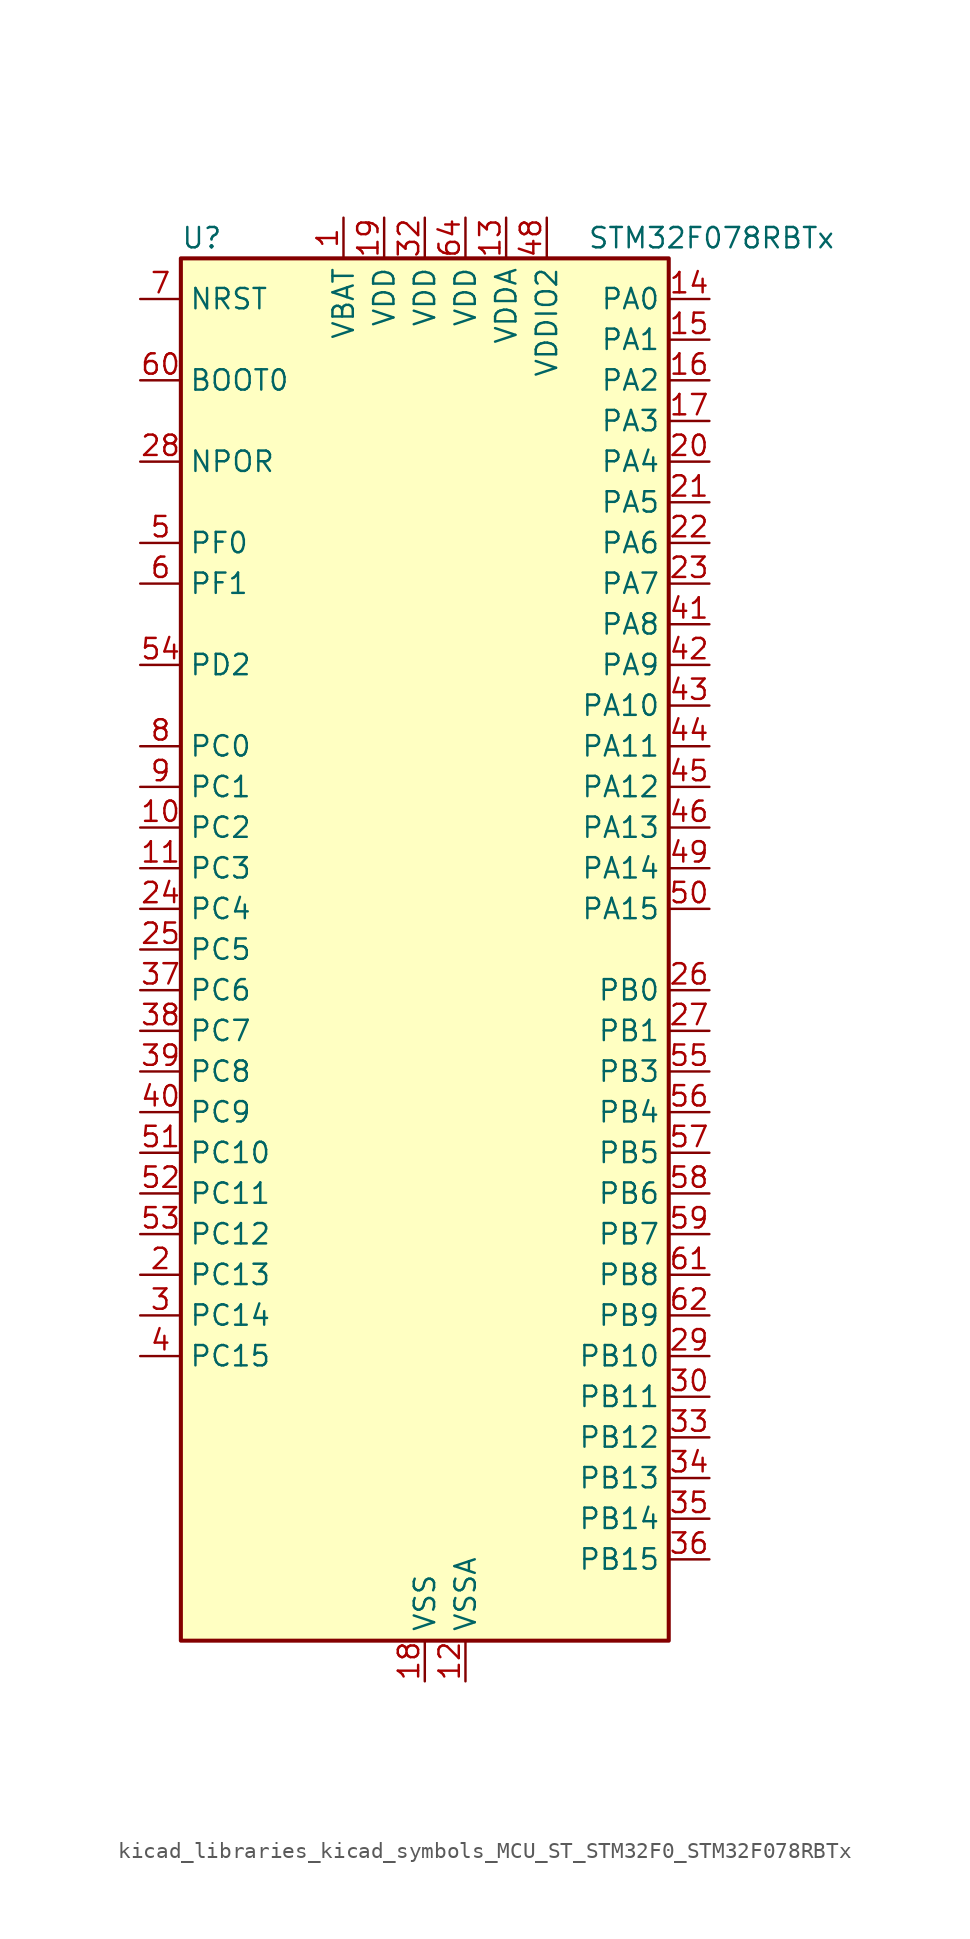
<source format=kicad_sym>
(kicad_symbol_lib
  (version 20220914)
  (generator kicad_symbol_editor)
  (symbol "kicad_libraries_kicad_symbols_MCU_ST_STM32F0_STM32F078RBTx"
    (property "Reference" "U"
      (at -15.24 44.45 0)
      (effects (font (size 1.27 1.27)) (justify left)))
    (property "Value" "STM32F078RBTx"
      (at 10.16 44.45 0)
      (effects (font (size 1.27 1.27)) (justify left)))
    (property "ki_locked" ""
      (at 0 0 0)
      (effects (font (size 1.27 1.27))))
    (symbol "kicad_libraries_kicad_symbols_MCU_ST_STM32F0_STM32F078RBTx_0_1"
      (rectangle (start -15.24 -43.18) (end 15.24 43.18) (stroke (width 0.254) (type default)) (fill (type background))))
    (symbol "kicad_libraries_kicad_symbols_MCU_ST_STM32F0_STM32F078RBTx_1_1"
      (pin power_in line (at -5.08 45.72 270) (length 2.54) (name "VBAT" (effects (font (size 1.27 1.27)))) (number "1" (effects (font (size 1.27 1.27)))))
      (pin bidirectional line (at -17.78 7.62 0) (length 2.54) (name "PC2" (effects (font (size 1.27 1.27)))) (number "10" (effects (font (size 1.27 1.27)))) (alternate "ADC_IN12" bidirectional line) (alternate "I2S2_MCK" bidirectional line) (alternate "SPI2_MISO" bidirectional line))
      (pin bidirectional line (at -17.78 5.08 0) (length 2.54) (name "PC3" (effects (font (size 1.27 1.27)))) (number "11" (effects (font (size 1.27 1.27)))) (alternate "ADC_IN13" bidirectional line) (alternate "I2S2_SD" bidirectional line) (alternate "SPI2_MOSI" bidirectional line))
      (pin power_in line (at 2.54 -45.72 90) (length 2.54) (name "VSSA" (effects (font (size 1.27 1.27)))) (number "12" (effects (font (size 1.27 1.27)))))
      (pin power_in line (at 5.08 45.72 270) (length 2.54) (name "VDDA" (effects (font (size 1.27 1.27)))) (number "13" (effects (font (size 1.27 1.27)))))
      (pin bidirectional line (at 17.78 40.64 180) (length 2.54) (name "PA0" (effects (font (size 1.27 1.27)))) (number "14" (effects (font (size 1.27 1.27)))) (alternate "ADC_IN0" bidirectional line) (alternate "COMP1_INM" bidirectional line) (alternate "COMP1_OUT" bidirectional line) (alternate "RTC_TAMP2" bidirectional line) (alternate "SYS_WKUP1" bidirectional line) (alternate "TIM2_CH1" bidirectional line) (alternate "TIM2_ETR" bidirectional line) (alternate "TSC_G1_IO1" bidirectional line) (alternate "USART2_CTS" bidirectional line) (alternate "USART4_TX" bidirectional line))
      (pin bidirectional line (at 17.78 38.1 180) (length 2.54) (name "PA1" (effects (font (size 1.27 1.27)))) (number "15" (effects (font (size 1.27 1.27)))) (alternate "ADC_IN1" bidirectional line) (alternate "COMP1_INP" bidirectional line) (alternate "TIM15_CH1N" bidirectional line) (alternate "TIM2_CH2" bidirectional line) (alternate "TSC_G1_IO2" bidirectional line) (alternate "USART2_DE" bidirectional line) (alternate "USART2_RTS" bidirectional line) (alternate "USART4_RX" bidirectional line))
      (pin bidirectional line (at 17.78 35.56 180) (length 2.54) (name "PA2" (effects (font (size 1.27 1.27)))) (number "16" (effects (font (size 1.27 1.27)))) (alternate "ADC_IN2" bidirectional line) (alternate "COMP2_INM" bidirectional line) (alternate "COMP2_OUT" bidirectional line) (alternate "SYS_WKUP4" bidirectional line) (alternate "TIM15_CH1" bidirectional line) (alternate "TIM2_CH3" bidirectional line) (alternate "TSC_G1_IO3" bidirectional line) (alternate "USART2_TX" bidirectional line))
      (pin bidirectional line (at 17.78 33.02 180) (length 2.54) (name "PA3" (effects (font (size 1.27 1.27)))) (number "17" (effects (font (size 1.27 1.27)))) (alternate "ADC_IN3" bidirectional line) (alternate "COMP2_INP" bidirectional line) (alternate "TIM15_CH2" bidirectional line) (alternate "TIM2_CH4" bidirectional line) (alternate "TSC_G1_IO4" bidirectional line) (alternate "USART2_RX" bidirectional line))
      (pin power_in line (at 0 -45.72 90) (length 2.54) (name "VSS" (effects (font (size 1.27 1.27)))) (number "18" (effects (font (size 1.27 1.27)))))
      (pin power_in line (at -2.54 45.72 270) (length 2.54) (name "VDD" (effects (font (size 1.27 1.27)))) (number "19" (effects (font (size 1.27 1.27)))))
      (pin bidirectional line (at -17.78 -20.32 0) (length 2.54) (name "PC13" (effects (font (size 1.27 1.27)))) (number "2" (effects (font (size 1.27 1.27)))) (alternate "RTC_OUT_ALARM" bidirectional line) (alternate "RTC_OUT_CALIB" bidirectional line) (alternate "RTC_TAMP1" bidirectional line) (alternate "RTC_TS" bidirectional line) (alternate "SYS_WKUP2" bidirectional line))
      (pin bidirectional line (at 17.78 30.48 180) (length 2.54) (name "PA4" (effects (font (size 1.27 1.27)))) (number "20" (effects (font (size 1.27 1.27)))) (alternate "ADC_IN4" bidirectional line) (alternate "COMP1_INM" bidirectional line) (alternate "COMP2_INM" bidirectional line) (alternate "DAC_OUT1" bidirectional line) (alternate "I2S1_WS" bidirectional line) (alternate "SPI1_NSS" bidirectional line) (alternate "TIM14_CH1" bidirectional line) (alternate "TSC_G2_IO1" bidirectional line) (alternate "USART2_CK" bidirectional line))
      (pin bidirectional line (at 17.78 27.94 180) (length 2.54) (name "PA5" (effects (font (size 1.27 1.27)))) (number "21" (effects (font (size 1.27 1.27)))) (alternate "ADC_IN5" bidirectional line) (alternate "CEC" bidirectional line) (alternate "COMP1_INM" bidirectional line) (alternate "COMP2_INM" bidirectional line) (alternate "DAC_OUT2" bidirectional line) (alternate "I2S1_CK" bidirectional line) (alternate "SPI1_SCK" bidirectional line) (alternate "TIM2_CH1" bidirectional line) (alternate "TIM2_ETR" bidirectional line) (alternate "TSC_G2_IO2" bidirectional line))
      (pin bidirectional line (at 17.78 25.4 180) (length 2.54) (name "PA6" (effects (font (size 1.27 1.27)))) (number "22" (effects (font (size 1.27 1.27)))) (alternate "ADC_IN6" bidirectional line) (alternate "COMP1_OUT" bidirectional line) (alternate "I2S1_MCK" bidirectional line) (alternate "SPI1_MISO" bidirectional line) (alternate "TIM16_CH1" bidirectional line) (alternate "TIM1_BKIN" bidirectional line) (alternate "TIM3_CH1" bidirectional line) (alternate "TSC_G2_IO3" bidirectional line) (alternate "USART3_CTS" bidirectional line))
      (pin bidirectional line (at 17.78 22.86 180) (length 2.54) (name "PA7" (effects (font (size 1.27 1.27)))) (number "23" (effects (font (size 1.27 1.27)))) (alternate "ADC_IN7" bidirectional line) (alternate "COMP2_OUT" bidirectional line) (alternate "I2S1_SD" bidirectional line) (alternate "SPI1_MOSI" bidirectional line) (alternate "TIM14_CH1" bidirectional line) (alternate "TIM17_CH1" bidirectional line) (alternate "TIM1_CH1N" bidirectional line) (alternate "TIM3_CH2" bidirectional line) (alternate "TSC_G2_IO4" bidirectional line))
      (pin bidirectional line (at -17.78 2.54 0) (length 2.54) (name "PC4" (effects (font (size 1.27 1.27)))) (number "24" (effects (font (size 1.27 1.27)))) (alternate "ADC_IN14" bidirectional line) (alternate "USART3_TX" bidirectional line))
      (pin bidirectional line (at -17.78 0 0) (length 2.54) (name "PC5" (effects (font (size 1.27 1.27)))) (number "25" (effects (font (size 1.27 1.27)))) (alternate "ADC_IN15" bidirectional line) (alternate "SYS_WKUP5" bidirectional line) (alternate "TSC_G3_IO1" bidirectional line) (alternate "USART3_RX" bidirectional line))
      (pin bidirectional line (at 17.78 -2.54 180) (length 2.54) (name "PB0" (effects (font (size 1.27 1.27)))) (number "26" (effects (font (size 1.27 1.27)))) (alternate "ADC_IN8" bidirectional line) (alternate "TIM1_CH2N" bidirectional line) (alternate "TIM3_CH3" bidirectional line) (alternate "TSC_G3_IO2" bidirectional line) (alternate "USART3_CK" bidirectional line))
      (pin bidirectional line (at 17.78 -5.08 180) (length 2.54) (name "PB1" (effects (font (size 1.27 1.27)))) (number "27" (effects (font (size 1.27 1.27)))) (alternate "ADC_IN9" bidirectional line) (alternate "TIM14_CH1" bidirectional line) (alternate "TIM1_CH3N" bidirectional line) (alternate "TIM3_CH4" bidirectional line) (alternate "TSC_G3_IO3" bidirectional line) (alternate "USART3_DE" bidirectional line) (alternate "USART3_RTS" bidirectional line))
      (pin input line (at -17.78 30.48 0) (length 2.54) (name "NPOR" (effects (font (size 1.27 1.27)))) (number "28" (effects (font (size 1.27 1.27)))))
      (pin bidirectional line (at 17.78 -25.4 180) (length 2.54) (name "PB10" (effects (font (size 1.27 1.27)))) (number "29" (effects (font (size 1.27 1.27)))) (alternate "CEC" bidirectional line) (alternate "I2C2_SCL" bidirectional line) (alternate "I2S2_CK" bidirectional line) (alternate "SPI2_SCK" bidirectional line) (alternate "TIM2_CH3" bidirectional line) (alternate "TSC_SYNC" bidirectional line) (alternate "USART3_TX" bidirectional line))
      (pin bidirectional line (at -17.78 -22.86 0) (length 2.54) (name "PC14" (effects (font (size 1.27 1.27)))) (number "3" (effects (font (size 1.27 1.27)))) (alternate "RCC_OSC32_IN" bidirectional line))
      (pin bidirectional line (at 17.78 -27.94 180) (length 2.54) (name "PB11" (effects (font (size 1.27 1.27)))) (number "30" (effects (font (size 1.27 1.27)))) (alternate "I2C2_SDA" bidirectional line) (alternate "TIM2_CH4" bidirectional line) (alternate "TSC_G6_IO1" bidirectional line) (alternate "USART3_RX" bidirectional line))
      (pin passive line (at 0 -45.72 90) (length 2.54) hide (name "VSS" (effects (font (size 1.27 1.27)))) (number "31" (effects (font (size 1.27 1.27)))))
      (pin power_in line (at 0 45.72 270) (length 2.54) (name "VDD" (effects (font (size 1.27 1.27)))) (number "32" (effects (font (size 1.27 1.27)))))
      (pin bidirectional line (at 17.78 -30.48 180) (length 2.54) (name "PB12" (effects (font (size 1.27 1.27)))) (number "33" (effects (font (size 1.27 1.27)))) (alternate "I2S2_WS" bidirectional line) (alternate "SPI2_NSS" bidirectional line) (alternate "TIM15_BKIN" bidirectional line) (alternate "TIM1_BKIN" bidirectional line) (alternate "TSC_G6_IO2" bidirectional line) (alternate "USART3_CK" bidirectional line))
      (pin bidirectional line (at 17.78 -33.02 180) (length 2.54) (name "PB13" (effects (font (size 1.27 1.27)))) (number "34" (effects (font (size 1.27 1.27)))) (alternate "I2C2_SCL" bidirectional line) (alternate "I2S2_CK" bidirectional line) (alternate "SPI2_SCK" bidirectional line) (alternate "TIM1_CH1N" bidirectional line) (alternate "TSC_G6_IO3" bidirectional line) (alternate "USART3_CTS" bidirectional line))
      (pin bidirectional line (at 17.78 -35.56 180) (length 2.54) (name "PB14" (effects (font (size 1.27 1.27)))) (number "35" (effects (font (size 1.27 1.27)))) (alternate "I2C2_SDA" bidirectional line) (alternate "I2S2_MCK" bidirectional line) (alternate "SPI2_MISO" bidirectional line) (alternate "TIM15_CH1" bidirectional line) (alternate "TIM1_CH2N" bidirectional line) (alternate "TSC_G6_IO4" bidirectional line) (alternate "USART3_DE" bidirectional line) (alternate "USART3_RTS" bidirectional line))
      (pin bidirectional line (at 17.78 -38.1 180) (length 2.54) (name "PB15" (effects (font (size 1.27 1.27)))) (number "36" (effects (font (size 1.27 1.27)))) (alternate "I2S2_SD" bidirectional line) (alternate "RTC_REFIN" bidirectional line) (alternate "SPI2_MOSI" bidirectional line) (alternate "SYS_WKUP7" bidirectional line) (alternate "TIM15_CH1N" bidirectional line) (alternate "TIM15_CH2" bidirectional line) (alternate "TIM1_CH3N" bidirectional line))
      (pin bidirectional line (at -17.78 -2.54 0) (length 2.54) (name "PC6" (effects (font (size 1.27 1.27)))) (number "37" (effects (font (size 1.27 1.27)))) (alternate "TIM3_CH1" bidirectional line))
      (pin bidirectional line (at -17.78 -5.08 0) (length 2.54) (name "PC7" (effects (font (size 1.27 1.27)))) (number "38" (effects (font (size 1.27 1.27)))) (alternate "TIM3_CH2" bidirectional line))
      (pin bidirectional line (at -17.78 -7.62 0) (length 2.54) (name "PC8" (effects (font (size 1.27 1.27)))) (number "39" (effects (font (size 1.27 1.27)))) (alternate "TIM3_CH3" bidirectional line))
      (pin bidirectional line (at -17.78 -25.4 0) (length 2.54) (name "PC15" (effects (font (size 1.27 1.27)))) (number "4" (effects (font (size 1.27 1.27)))) (alternate "RCC_OSC32_OUT" bidirectional line))
      (pin bidirectional line (at -17.78 -10.16 0) (length 2.54) (name "PC9" (effects (font (size 1.27 1.27)))) (number "40" (effects (font (size 1.27 1.27)))) (alternate "DAC_EXTI9" bidirectional line) (alternate "TIM3_CH4" bidirectional line))
      (pin bidirectional line (at 17.78 20.32 180) (length 2.54) (name "PA8" (effects (font (size 1.27 1.27)))) (number "41" (effects (font (size 1.27 1.27)))) (alternate "CRS_SYNC" bidirectional line) (alternate "RCC_MCO" bidirectional line) (alternate "TIM1_CH1" bidirectional line) (alternate "USART1_CK" bidirectional line))
      (pin bidirectional line (at 17.78 17.78 180) (length 2.54) (name "PA9" (effects (font (size 1.27 1.27)))) (number "42" (effects (font (size 1.27 1.27)))) (alternate "DAC_EXTI9" bidirectional line) (alternate "TIM15_BKIN" bidirectional line) (alternate "TIM1_CH2" bidirectional line) (alternate "TSC_G4_IO1" bidirectional line) (alternate "USART1_TX" bidirectional line))
      (pin bidirectional line (at 17.78 15.24 180) (length 2.54) (name "PA10" (effects (font (size 1.27 1.27)))) (number "43" (effects (font (size 1.27 1.27)))) (alternate "TIM17_BKIN" bidirectional line) (alternate "TIM1_CH3" bidirectional line) (alternate "TSC_G4_IO2" bidirectional line) (alternate "USART1_RX" bidirectional line))
      (pin bidirectional line (at 17.78 12.7 180) (length 2.54) (name "PA11" (effects (font (size 1.27 1.27)))) (number "44" (effects (font (size 1.27 1.27)))) (alternate "COMP1_OUT" bidirectional line) (alternate "TIM1_CH4" bidirectional line) (alternate "TSC_G4_IO3" bidirectional line) (alternate "USART1_CTS" bidirectional line) (alternate "USB_DM" bidirectional line))
      (pin bidirectional line (at 17.78 10.16 180) (length 2.54) (name "PA12" (effects (font (size 1.27 1.27)))) (number "45" (effects (font (size 1.27 1.27)))) (alternate "COMP2_OUT" bidirectional line) (alternate "TIM1_ETR" bidirectional line) (alternate "TSC_G4_IO4" bidirectional line) (alternate "USART1_DE" bidirectional line) (alternate "USART1_RTS" bidirectional line) (alternate "USB_DP" bidirectional line))
      (pin bidirectional line (at 17.78 7.62 180) (length 2.54) (name "PA13" (effects (font (size 1.27 1.27)))) (number "46" (effects (font (size 1.27 1.27)))) (alternate "IR_OUT" bidirectional line) (alternate "SYS_SWDIO" bidirectional line) (alternate "USB_NOE" bidirectional line))
      (pin passive line (at 0 -45.72 90) (length 2.54) hide (name "VSS" (effects (font (size 1.27 1.27)))) (number "47" (effects (font (size 1.27 1.27)))))
      (pin power_in line (at 7.62 45.72 270) (length 2.54) (name "VDDIO2" (effects (font (size 1.27 1.27)))) (number "48" (effects (font (size 1.27 1.27)))))
      (pin bidirectional line (at 17.78 5.08 180) (length 2.54) (name "PA14" (effects (font (size 1.27 1.27)))) (number "49" (effects (font (size 1.27 1.27)))) (alternate "SYS_SWCLK" bidirectional line) (alternate "USART2_TX" bidirectional line))
      (pin bidirectional line (at -17.78 25.4 0) (length 2.54) (name "PF0" (effects (font (size 1.27 1.27)))) (number "5" (effects (font (size 1.27 1.27)))) (alternate "CRS_SYNC" bidirectional line) (alternate "RCC_OSC_IN" bidirectional line))
      (pin bidirectional line (at 17.78 2.54 180) (length 2.54) (name "PA15" (effects (font (size 1.27 1.27)))) (number "50" (effects (font (size 1.27 1.27)))) (alternate "I2S1_WS" bidirectional line) (alternate "SPI1_NSS" bidirectional line) (alternate "TIM2_CH1" bidirectional line) (alternate "TIM2_ETR" bidirectional line) (alternate "USART2_RX" bidirectional line) (alternate "USART4_DE" bidirectional line) (alternate "USART4_RTS" bidirectional line))
      (pin bidirectional line (at -17.78 -12.7 0) (length 2.54) (name "PC10" (effects (font (size 1.27 1.27)))) (number "51" (effects (font (size 1.27 1.27)))) (alternate "USART3_TX" bidirectional line) (alternate "USART4_TX" bidirectional line))
      (pin bidirectional line (at -17.78 -15.24 0) (length 2.54) (name "PC11" (effects (font (size 1.27 1.27)))) (number "52" (effects (font (size 1.27 1.27)))) (alternate "USART3_RX" bidirectional line) (alternate "USART4_RX" bidirectional line))
      (pin bidirectional line (at -17.78 -17.78 0) (length 2.54) (name "PC12" (effects (font (size 1.27 1.27)))) (number "53" (effects (font (size 1.27 1.27)))) (alternate "USART3_CK" bidirectional line) (alternate "USART4_CK" bidirectional line))
      (pin bidirectional line (at -17.78 17.78 0) (length 2.54) (name "PD2" (effects (font (size 1.27 1.27)))) (number "54" (effects (font (size 1.27 1.27)))) (alternate "TIM3_ETR" bidirectional line) (alternate "USART3_DE" bidirectional line) (alternate "USART3_RTS" bidirectional line))
      (pin bidirectional line (at 17.78 -7.62 180) (length 2.54) (name "PB3" (effects (font (size 1.27 1.27)))) (number "55" (effects (font (size 1.27 1.27)))) (alternate "I2S1_CK" bidirectional line) (alternate "SPI1_SCK" bidirectional line) (alternate "TIM2_CH2" bidirectional line) (alternate "TSC_G5_IO1" bidirectional line))
      (pin bidirectional line (at 17.78 -10.16 180) (length 2.54) (name "PB4" (effects (font (size 1.27 1.27)))) (number "56" (effects (font (size 1.27 1.27)))) (alternate "I2S1_MCK" bidirectional line) (alternate "SPI1_MISO" bidirectional line) (alternate "TIM17_BKIN" bidirectional line) (alternate "TIM3_CH1" bidirectional line) (alternate "TSC_G5_IO2" bidirectional line))
      (pin bidirectional line (at 17.78 -12.7 180) (length 2.54) (name "PB5" (effects (font (size 1.27 1.27)))) (number "57" (effects (font (size 1.27 1.27)))) (alternate "I2C1_SMBA" bidirectional line) (alternate "I2S1_SD" bidirectional line) (alternate "SPI1_MOSI" bidirectional line) (alternate "SYS_WKUP6" bidirectional line) (alternate "TIM16_BKIN" bidirectional line) (alternate "TIM3_CH2" bidirectional line))
      (pin bidirectional line (at 17.78 -15.24 180) (length 2.54) (name "PB6" (effects (font (size 1.27 1.27)))) (number "58" (effects (font (size 1.27 1.27)))) (alternate "I2C1_SCL" bidirectional line) (alternate "TIM16_CH1N" bidirectional line) (alternate "TSC_G5_IO3" bidirectional line) (alternate "USART1_TX" bidirectional line))
      (pin bidirectional line (at 17.78 -17.78 180) (length 2.54) (name "PB7" (effects (font (size 1.27 1.27)))) (number "59" (effects (font (size 1.27 1.27)))) (alternate "I2C1_SDA" bidirectional line) (alternate "TIM17_CH1N" bidirectional line) (alternate "TSC_G5_IO4" bidirectional line) (alternate "USART1_RX" bidirectional line) (alternate "USART4_CTS" bidirectional line))
      (pin bidirectional line (at -17.78 22.86 0) (length 2.54) (name "PF1" (effects (font (size 1.27 1.27)))) (number "6" (effects (font (size 1.27 1.27)))) (alternate "RCC_OSC_OUT" bidirectional line))
      (pin input line (at -17.78 35.56 0) (length 2.54) (name "BOOT0" (effects (font (size 1.27 1.27)))) (number "60" (effects (font (size 1.27 1.27)))))
      (pin bidirectional line (at 17.78 -20.32 180) (length 2.54) (name "PB8" (effects (font (size 1.27 1.27)))) (number "61" (effects (font (size 1.27 1.27)))) (alternate "CEC" bidirectional line) (alternate "I2C1_SCL" bidirectional line) (alternate "TIM16_CH1" bidirectional line) (alternate "TSC_SYNC" bidirectional line))
      (pin bidirectional line (at 17.78 -22.86 180) (length 2.54) (name "PB9" (effects (font (size 1.27 1.27)))) (number "62" (effects (font (size 1.27 1.27)))) (alternate "DAC_EXTI9" bidirectional line) (alternate "I2C1_SDA" bidirectional line) (alternate "I2S2_WS" bidirectional line) (alternate "IR_OUT" bidirectional line) (alternate "SPI2_NSS" bidirectional line) (alternate "TIM17_CH1" bidirectional line))
      (pin passive line (at 0 -45.72 90) (length 2.54) hide (name "VSS" (effects (font (size 1.27 1.27)))) (number "63" (effects (font (size 1.27 1.27)))))
      (pin power_in line (at 2.54 45.72 270) (length 2.54) (name "VDD" (effects (font (size 1.27 1.27)))) (number "64" (effects (font (size 1.27 1.27)))))
      (pin input line (at -17.78 40.64 0) (length 2.54) (name "NRST" (effects (font (size 1.27 1.27)))) (number "7" (effects (font (size 1.27 1.27)))))
      (pin bidirectional line (at -17.78 12.7 0) (length 2.54) (name "PC0" (effects (font (size 1.27 1.27)))) (number "8" (effects (font (size 1.27 1.27)))) (alternate "ADC_IN10" bidirectional line))
      (pin bidirectional line (at -17.78 10.16 0) (length 2.54) (name "PC1" (effects (font (size 1.27 1.27)))) (number "9" (effects (font (size 1.27 1.27)))) (alternate "ADC_IN11" bidirectional line)))))
</source>
